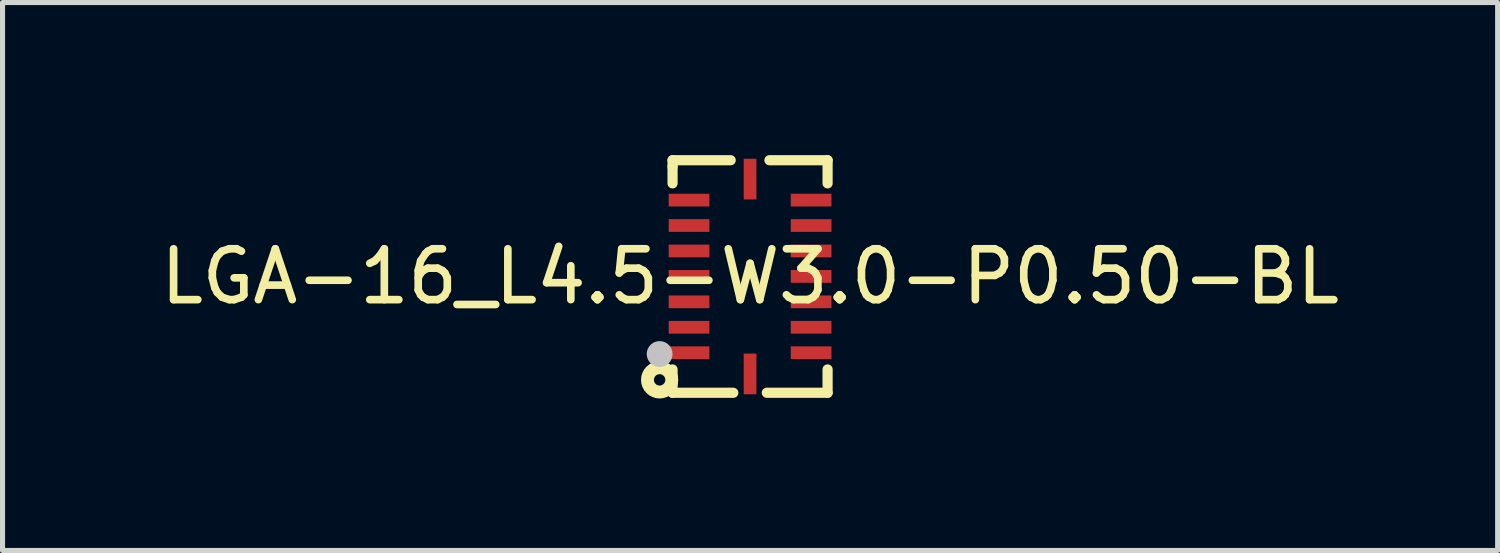
<source format=kicad_pcb>
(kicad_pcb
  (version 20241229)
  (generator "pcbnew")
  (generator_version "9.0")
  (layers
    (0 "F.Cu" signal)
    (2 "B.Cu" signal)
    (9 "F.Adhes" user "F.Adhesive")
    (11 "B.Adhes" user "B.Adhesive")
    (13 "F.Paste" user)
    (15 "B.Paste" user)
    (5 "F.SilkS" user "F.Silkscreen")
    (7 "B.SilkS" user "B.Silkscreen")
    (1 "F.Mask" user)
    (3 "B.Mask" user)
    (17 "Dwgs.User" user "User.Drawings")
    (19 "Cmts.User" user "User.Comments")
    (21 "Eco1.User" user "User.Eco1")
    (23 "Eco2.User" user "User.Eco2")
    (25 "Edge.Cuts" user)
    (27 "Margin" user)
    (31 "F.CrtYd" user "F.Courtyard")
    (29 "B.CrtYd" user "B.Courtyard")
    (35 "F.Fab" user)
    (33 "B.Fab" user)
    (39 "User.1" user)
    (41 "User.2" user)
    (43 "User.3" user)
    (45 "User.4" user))
  (footprint "LGA-16_L4.5-W3.0-P0.50-BL"
    (layer "F.Cu")
    (at 11.696 2.386)
    (property "Reference" "LGA-16_L4.5-W3.0-P0.50-BL" (at 0 0 0) (layer "F.SilkS") (effects (font (size 1 1) (thickness 0.15))))
    (fp_line (start -1.524 -2.286) (end -0.381 -2.286) (stroke (width 0.2) (type default)) (layer "F.SilkS"))
    (fp_line (start -1.524 -2.159) (end -1.524 -2.286) (stroke (width 0.2) (type default)) (layer "F.SilkS"))
    (fp_line (start -1.524 -1.831) (end -1.524 -2.159) (stroke (width 0.2) (type default)) (layer "F.SilkS"))
    (fp_line (start -1.524 2.286) (end -1.524 1.827) (stroke (width 0.2) (type default)) (layer "F.SilkS"))
    (fp_line (start -0.329 2.286) (end -1.524 2.286) (stroke (width 0.2) (type default)) (layer "F.SilkS"))
    (fp_line (start 0.381 -2.286) (end 1.524 -2.286) (stroke (width 0.2) (type default)) (layer "F.SilkS"))
    (fp_line (start 1.524 -2.286) (end 1.524 -1.831) (stroke (width 0.2) (type default)) (layer "F.SilkS"))
    (fp_line (start 1.524 1.827) (end 1.524 2.286) (stroke (width 0.2) (type default)) (layer "F.SilkS"))
    (fp_line (start 1.524 2.286) (end 0.329 2.286) (stroke (width 0.2) (type default)) (layer "F.SilkS"))
    (fp_circle (center -1.778 2.032) (end -1.666 2.032) (stroke (width 0.254) (type default)) (fill no) (layer "F.SilkS"))
    (fp_circle (center -1.778 1.524) (end -1.651 1.524) (stroke (width 0.254) (type default)) (fill no) (layer "Dwgs.User"))
    (fp_poly (pts (xy -0.9 -1.602) (xy -0.9 -1.402) (xy -1.4 -1.402) (xy -1.4 -1.602)) (stroke (width 0.1) (type default)) (fill no) (layer "User.1"))
    (fp_poly (pts (xy -0.9 -1.102) (xy -0.9 -0.902) (xy -1.4 -0.902) (xy -1.4 -1.102)) (stroke (width 0.1) (type default)) (fill no) (layer "User.1"))
    (fp_poly (pts (xy -0.9 -0.602) (xy -0.9 -0.402) (xy -1.4 -0.402) (xy -1.4 -0.602)) (stroke (width 0.1) (type default)) (fill no) (layer "User.1"))
    (fp_poly (pts (xy -0.9 -0.102) (xy -0.9 0.098) (xy -1.4 0.098) (xy -1.4 -0.102)) (stroke (width 0.1) (type default)) (fill no) (layer "User.1"))
    (fp_poly (pts (xy -0.9 0.398) (xy -0.9 0.598) (xy -1.4 0.598) (xy -1.4 0.398)) (stroke (width 0.1) (type default)) (fill no) (layer "User.1"))
    (fp_poly (pts (xy -0.9 0.898) (xy -0.9 1.098) (xy -1.4 1.098) (xy -1.4 0.898)) (stroke (width 0.1) (type default)) (fill no) (layer "User.1"))
    (fp_poly (pts (xy -0.9 1.398) (xy -0.9 1.598) (xy -1.4 1.598) (xy -1.4 1.398)) (stroke (width 0.1) (type default)) (fill no) (layer "User.1"))
    (fp_poly (pts (xy -0.1 1.65) (xy 0.1 1.65) (xy 0.1 2.15) (xy -0.1 2.15)) (stroke (width 0.1) (type default)) (fill no) (layer "User.1"))
    (fp_poly (pts (xy 0.1 -1.65) (xy -0.1 -1.65) (xy -0.1 -2.15) (xy 0.1 -2.15)) (stroke (width 0.1) (type default)) (fill no) (layer "User.1"))
    (fp_poly (pts (xy 0.9 -1.402) (xy 0.9 -1.602) (xy 1.4 -1.602) (xy 1.4 -1.402)) (stroke (width 0.1) (type default)) (fill no) (layer "User.1"))
    (fp_poly (pts (xy 0.9 -0.902) (xy 0.9 -1.102) (xy 1.4 -1.102) (xy 1.4 -0.902)) (stroke (width 0.1) (type default)) (fill no) (layer "User.1"))
    (fp_poly (pts (xy 0.9 -0.402) (xy 0.9 -0.602) (xy 1.4 -0.602) (xy 1.4 -0.402)) (stroke (width 0.1) (type default)) (fill no) (layer "User.1"))
    (fp_poly (pts (xy 0.9 0.098) (xy 0.9 -0.102) (xy 1.4 -0.102) (xy 1.4 0.098)) (stroke (width 0.1) (type default)) (fill no) (layer "User.1"))
    (fp_poly (pts (xy 0.9 0.598) (xy 0.9 0.398) (xy 1.4 0.398) (xy 1.4 0.598)) (stroke (width 0.1) (type default)) (fill no) (layer "User.1"))
    (fp_poly (pts (xy 0.9 1.098) (xy 0.9 0.898) (xy 1.4 0.898) (xy 1.4 1.098)) (stroke (width 0.1) (type default)) (fill no) (layer "User.1"))
    (fp_poly (pts (xy 0.9 1.598) (xy 0.9 1.398) (xy 1.4 1.398) (xy 1.4 1.598)) (stroke (width 0.1) (type default)) (fill no) (layer "User.1"))
    (fp_line (start -1.5 -2.25) (end 1.5 -2.25) (stroke (width 0.051) (type default)) (layer "User.2"))
    (fp_line (start -1.5 2.25) (end -1.5 -2.25) (stroke (width 0.051) (type default)) (layer "User.2"))
    (fp_line (start 1.5 -2.25) (end 1.5 2.25) (stroke (width 0.051) (type default)) (layer "User.2"))
    (fp_line (start 1.5 2.25) (end -1.5 2.25) (stroke (width 0.051) (type default)) (layer "User.2"))
    (fp_poly (pts (xy -1.44 2.25) (xy -1.458 2.208) (xy -1.5 2.19) (xy -1.542 2.208) (xy -1.56 2.25) (xy -1.542 2.292) (xy -1.5 2.31) (xy -1.458 2.292)) (stroke (width 0.1) (type default)) (fill no) (layer "User.3"))
    (pad "1" smd rect (at -1.2 1.498 90) (size 0.25 0.8) (layers "F.Cu" "F.Mask" "F.Paste"))
    (pad "2" smd rect (at -1.2 0.998 90) (size 0.25 0.8) (layers "F.Cu" "F.Mask" "F.Paste"))
    (pad "3" smd rect (at -1.2 0.498 90) (size 0.25 0.8) (layers "F.Cu" "F.Mask" "F.Paste"))
    (pad "4" smd rect (at -1.2 -0.002 90) (size 0.25 0.8) (layers "F.Cu" "F.Mask" "F.Paste"))
    (pad "5" smd rect (at -1.2 -0.502 90) (size 0.25 0.8) (layers "F.Cu" "F.Mask" "F.Paste"))
    (pad "6" smd rect (at -1.2 -1.002 90) (size 0.25 0.8) (layers "F.Cu" "F.Mask" "F.Paste"))
    (pad "7" smd rect (at -1.2 -1.502 90) (size 0.25 0.8) (layers "F.Cu" "F.Mask" "F.Paste"))
    (pad "8" smd rect (at 0 -1.915 180) (size 0.25 0.8) (layers "F.Cu" "F.Mask" "F.Paste"))
    (pad "9" smd rect (at 1.2 -1.502 270) (size 0.25 0.8) (layers "F.Cu" "F.Mask" "F.Paste"))
    (pad "10" smd rect (at 1.2 -1.002 270) (size 0.25 0.8) (layers "F.Cu" "F.Mask" "F.Paste"))
    (pad "11" smd rect (at 1.2 -0.502 270) (size 0.25 0.8) (layers "F.Cu" "F.Mask" "F.Paste"))
    (pad "12" smd rect (at 1.2 -0.002 270) (size 0.25 0.8) (layers "F.Cu" "F.Mask" "F.Paste"))
    (pad "13" smd rect (at 1.2 0.498 270) (size 0.25 0.8) (layers "F.Cu" "F.Mask" "F.Paste"))
    (pad "14" smd rect (at 1.2 0.998 270) (size 0.25 0.8) (layers "F.Cu" "F.Mask" "F.Paste"))
    (pad "15" smd rect (at 1.2 1.498 270) (size 0.25 0.8) (layers "F.Cu" "F.Mask" "F.Paste"))
    (pad "16" smd rect (at 0 1.915) (size 0.25 0.8) (layers "F.Cu" "F.Mask" "F.Paste")))
  (gr_rect
    (start -3 -3)
    (end 26.393 7.772)
    (stroke (width 0.1) (type default))
    (fill no)
    (layer "Edge.Cuts")))
</source>
